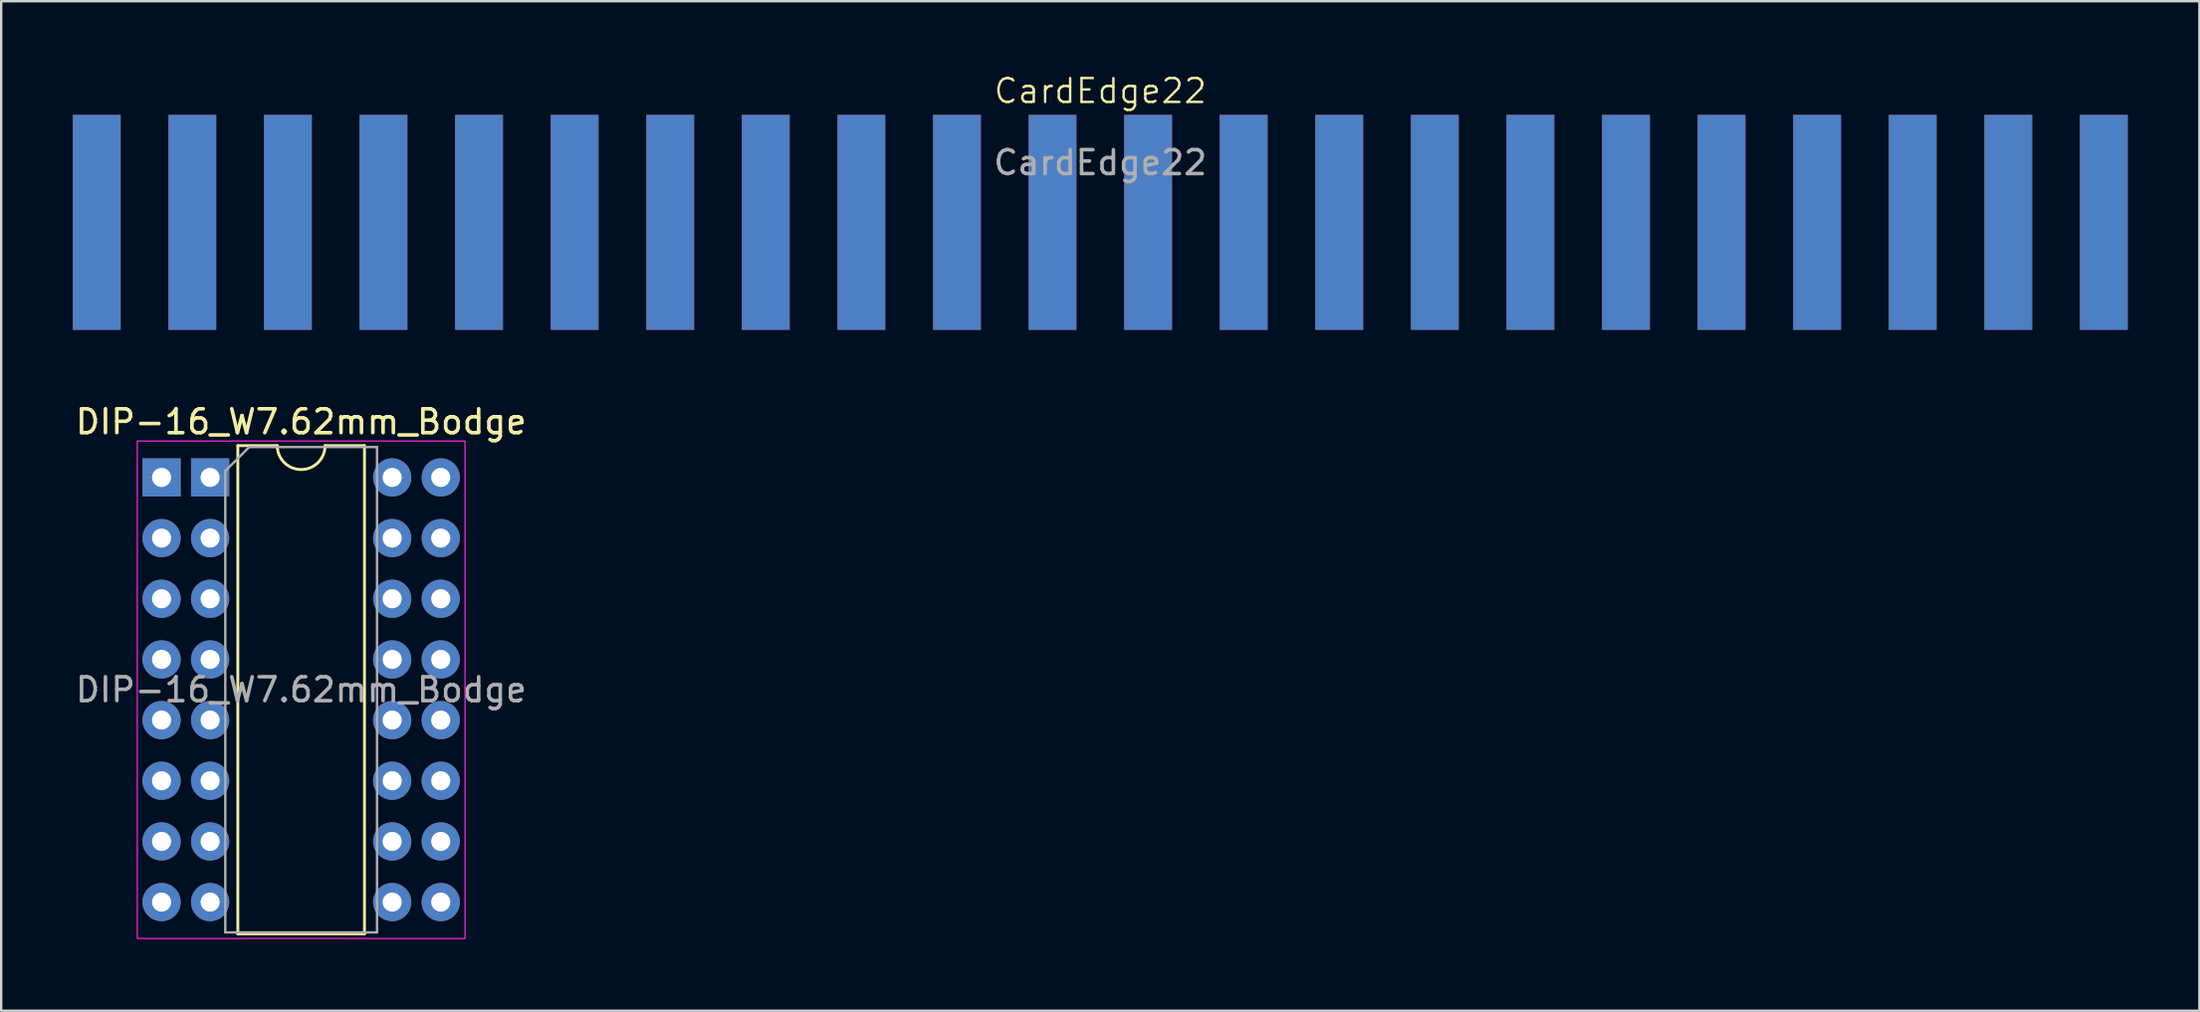
<source format=kicad_pcb>
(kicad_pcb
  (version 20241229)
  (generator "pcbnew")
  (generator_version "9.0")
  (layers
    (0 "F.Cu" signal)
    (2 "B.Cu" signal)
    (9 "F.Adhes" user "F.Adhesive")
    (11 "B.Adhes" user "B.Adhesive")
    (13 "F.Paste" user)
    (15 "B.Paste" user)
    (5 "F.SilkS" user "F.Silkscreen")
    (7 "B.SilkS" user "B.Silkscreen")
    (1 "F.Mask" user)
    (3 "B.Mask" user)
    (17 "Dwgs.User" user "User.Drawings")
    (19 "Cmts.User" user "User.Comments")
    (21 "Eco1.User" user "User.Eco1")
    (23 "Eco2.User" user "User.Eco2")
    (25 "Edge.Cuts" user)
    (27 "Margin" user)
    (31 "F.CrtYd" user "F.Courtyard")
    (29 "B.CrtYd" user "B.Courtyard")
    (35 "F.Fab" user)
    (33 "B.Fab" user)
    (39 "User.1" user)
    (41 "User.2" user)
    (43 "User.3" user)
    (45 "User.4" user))
  (footprint "DIP-16_W7.62mm_Bodge"
    (layer "F.Cu")
    (at 5.744 16.939)
    (property "Reference" "DIP-16_W7.62mm_Bodge" (at 3.81 -2.33 0) (layer "F.SilkS") (effects (font (size 1 1) (thickness 0.15))))
    (attr through_hole)
    (fp_line (start 1.16 -1.33) (end 1.16 19.11) (stroke (width 0.12) (type solid)) (layer "F.SilkS"))
    (fp_line (start 1.16 19.11) (end 6.46 19.11) (stroke (width 0.12) (type solid)) (layer "F.SilkS"))
    (fp_line (start 2.81 -1.33) (end 1.16 -1.33) (stroke (width 0.12) (type solid)) (layer "F.SilkS"))
    (fp_line (start 6.46 -1.33) (end 4.81 -1.33) (stroke (width 0.12) (type solid)) (layer "F.SilkS"))
    (fp_line (start 6.46 19.11) (end 6.46 -1.33) (stroke (width 0.12) (type solid)) (layer "F.SilkS"))
    (fp_arc (start 4.81 -1.33) (mid 3.81 -0.33) (end 2.81 -1.33) (stroke (width 0.12) (type solid)) (layer "F.SilkS"))
    (fp_rect (start -3.048 -1.524) (end 10.668 19.304) (stroke (width 0.05) (type default)) (fill no) (layer "F.CrtYd"))
    (fp_line (start 0.635 -0.27) (end 1.635 -1.27) (stroke (width 0.1) (type solid)) (layer "F.Fab"))
    (fp_line (start 0.635 19.05) (end 0.635 -0.27) (stroke (width 0.1) (type solid)) (layer "F.Fab"))
    (fp_line (start 1.635 -1.27) (end 6.985 -1.27) (stroke (width 0.1) (type solid)) (layer "F.Fab"))
    (fp_line (start 6.985 -1.27) (end 6.985 19.05) (stroke (width 0.1) (type solid)) (layer "F.Fab"))
    (fp_line (start 6.985 19.05) (end 0.635 19.05) (stroke (width 0.1) (type solid)) (layer "F.Fab"))
    (fp_text user "${REFERENCE}" (at 3.81 8.89 0) (layer "F.Fab") (effects (font (size 1 1) (thickness 0.15))))
    (pad "1" thru_hole rect (at -2.032 0) (size 1.6 1.6) (drill 0.8) (layers "*.Cu" "*.Mask"))
    (pad "1" thru_hole rect (at 0 0) (size 1.6 1.6) (drill 0.8) (layers "*.Cu" "*.Mask"))
    (pad "2" thru_hole oval (at -2.032 2.54) (size 1.6 1.6) (drill 0.8) (layers "*.Cu" "*.Mask"))
    (pad "2" thru_hole oval (at 0 2.54) (size 1.6 1.6) (drill 0.8) (layers "*.Cu" "*.Mask"))
    (pad "3" thru_hole oval (at -2.032 5.08) (size 1.6 1.6) (drill 0.8) (layers "*.Cu" "*.Mask"))
    (pad "3" thru_hole oval (at 0 5.08) (size 1.6 1.6) (drill 0.8) (layers "*.Cu" "*.Mask"))
    (pad "4" thru_hole oval (at -2.032 7.62) (size 1.6 1.6) (drill 0.8) (layers "*.Cu" "*.Mask"))
    (pad "4" thru_hole oval (at 0 7.62) (size 1.6 1.6) (drill 0.8) (layers "*.Cu" "*.Mask"))
    (pad "5" thru_hole oval (at -2.032 10.16) (size 1.6 1.6) (drill 0.8) (layers "*.Cu" "*.Mask"))
    (pad "5" thru_hole oval (at 0 10.16) (size 1.6 1.6) (drill 0.8) (layers "*.Cu" "*.Mask"))
    (pad "6" thru_hole oval (at -2.032 12.7) (size 1.6 1.6) (drill 0.8) (layers "*.Cu" "*.Mask"))
    (pad "6" thru_hole oval (at 0 12.7) (size 1.6 1.6) (drill 0.8) (layers "*.Cu" "*.Mask"))
    (pad "7" thru_hole oval (at -2.032 15.24) (size 1.6 1.6) (drill 0.8) (layers "*.Cu" "*.Mask"))
    (pad "7" thru_hole oval (at 0 15.24) (size 1.6 1.6) (drill 0.8) (layers "*.Cu" "*.Mask"))
    (pad "8" thru_hole oval (at -2.032 17.78) (size 1.6 1.6) (drill 0.8) (layers "*.Cu" "*.Mask"))
    (pad "8" thru_hole oval (at 0 17.78) (size 1.6 1.6) (drill 0.8) (layers "*.Cu" "*.Mask"))
    (pad "9" thru_hole oval (at 7.62 17.78) (size 1.6 1.6) (drill 0.8) (layers "*.Cu" "*.Mask"))
    (pad "9" thru_hole oval (at 9.652 17.78) (size 1.6 1.6) (drill 0.8) (layers "*.Cu" "*.Mask"))
    (pad "10" thru_hole oval (at 7.62 15.24) (size 1.6 1.6) (drill 0.8) (layers "*.Cu" "*.Mask"))
    (pad "10" thru_hole oval (at 9.652 15.24) (size 1.6 1.6) (drill 0.8) (layers "*.Cu" "*.Mask"))
    (pad "11" thru_hole oval (at 7.62 12.7) (size 1.6 1.6) (drill 0.8) (layers "*.Cu" "*.Mask"))
    (pad "11" thru_hole oval (at 9.652 12.7) (size 1.6 1.6) (drill 0.8) (layers "*.Cu" "*.Mask"))
    (pad "12" thru_hole oval (at 7.62 10.16) (size 1.6 1.6) (drill 0.8) (layers "*.Cu" "*.Mask"))
    (pad "12" thru_hole oval (at 9.652 10.16) (size 1.6 1.6) (drill 0.8) (layers "*.Cu" "*.Mask"))
    (pad "13" thru_hole oval (at 7.62 7.62) (size 1.6 1.6) (drill 0.8) (layers "*.Cu" "*.Mask"))
    (pad "13" thru_hole oval (at 9.652 7.62) (size 1.6 1.6) (drill 0.8) (layers "*.Cu" "*.Mask"))
    (pad "14" thru_hole oval (at 7.62 5.08) (size 1.6 1.6) (drill 0.8) (layers "*.Cu" "*.Mask"))
    (pad "14" thru_hole oval (at 9.652 5.08) (size 1.6 1.6) (drill 0.8) (layers "*.Cu" "*.Mask"))
    (pad "15" thru_hole oval (at 7.62 2.54) (size 1.6 1.6) (drill 0.8) (layers "*.Cu" "*.Mask"))
    (pad "15" thru_hole oval (at 9.652 2.54) (size 1.6 1.6) (drill 0.8) (layers "*.Cu" "*.Mask"))
    (pad "16" thru_hole oval (at 7.62 0) (size 1.6 1.6) (drill 0.8) (layers "*.Cu" "*.Mask"))
    (pad "16" thru_hole oval (at 9.652 0) (size 1.6 1.6) (drill 0.8) (layers "*.Cu" "*.Mask")))
  (footprint "CardEdge22"
    (layer "F.Cu")
    (at 43 1.26)
    (property "Reference" "CardEdge22" (at 0 -0.5 0) (unlocked yes) (layer "F.SilkS") (effects (font (size 1 1) (thickness 0.1))))
    (attr smd)
    (fp_text user "${REFERENCE}" (at 0 2.5 0) (unlocked yes) (layer "F.Fab") (effects (font (size 1 1) (thickness 0.15))))
    (pad "1" smd rect (at -42 5) (size 2 9) (layers "F.Cu" "F.Mask" "F.Paste"))
    (pad "2" smd rect (at -38 5) (size 2 9) (layers "F.Cu" "F.Mask" "F.Paste"))
    (pad "3" smd rect (at -34 5) (size 2 9) (layers "F.Cu" "F.Mask" "F.Paste"))
    (pad "4" smd rect (at -30 5) (size 2 9) (layers "F.Cu" "F.Mask" "F.Paste"))
    (pad "5" smd rect (at -26 5) (size 2 9) (layers "F.Cu" "F.Mask" "F.Paste"))
    (pad "6" smd rect (at -22 5) (size 2 9) (layers "F.Cu" "F.Mask" "F.Paste"))
    (pad "7" smd rect (at -18 5) (size 2 9) (layers "F.Cu" "F.Mask" "F.Paste"))
    (pad "8" smd rect (at -14 5) (size 2 9) (layers "F.Cu" "F.Mask" "F.Paste"))
    (pad "9" smd rect (at -10 5) (size 2 9) (layers "F.Cu" "F.Mask" "F.Paste"))
    (pad "10" smd rect (at -6 5) (size 2 9) (layers "F.Cu" "F.Mask" "F.Paste"))
    (pad "11" smd rect (at -2 5) (size 2 9) (layers "F.Cu" "F.Mask" "F.Paste"))
    (pad "12" smd rect (at 2 5) (size 2 9) (layers "F.Cu" "F.Mask" "F.Paste"))
    (pad "13" smd rect (at 6 5) (size 2 9) (layers "F.Cu" "F.Mask" "F.Paste"))
    (pad "14" smd rect (at 10 5) (size 2 9) (layers "F.Cu" "F.Mask" "F.Paste"))
    (pad "15" smd rect (at 14 5) (size 2 9) (layers "F.Cu" "F.Mask" "F.Paste"))
    (pad "16" smd rect (at 18 5) (size 2 9) (layers "F.Cu" "F.Mask" "F.Paste"))
    (pad "17" smd rect (at 22 5) (size 2 9) (layers "F.Cu" "F.Mask" "F.Paste"))
    (pad "18" smd rect (at 26 5) (size 2 9) (layers "F.Cu" "F.Mask" "F.Paste"))
    (pad "19" smd rect (at 30 5) (size 2 9) (layers "F.Cu" "F.Mask" "F.Paste"))
    (pad "20" smd rect (at 34 5) (size 2 9) (layers "F.Cu" "F.Mask" "F.Paste"))
    (pad "21" smd rect (at 38 5) (size 2 9) (layers "F.Cu" "F.Mask" "F.Paste"))
    (pad "22" smd rect (at 42 5) (size 2 9) (layers "F.Cu" "F.Mask" "F.Paste"))
    (pad "23" smd rect (at -42 5) (size 2 9) (layers "B.Cu" "B.Mask" "B.Paste"))
    (pad "24" smd rect (at -38 5) (size 2 9) (layers "B.Cu" "B.Mask" "B.Paste"))
    (pad "25" smd rect (at -34 5) (size 2 9) (layers "B.Cu" "B.Mask" "B.Paste"))
    (pad "26" smd rect (at -30 5) (size 2 9) (layers "B.Cu" "B.Mask" "B.Paste"))
    (pad "27" smd rect (at -26 5) (size 2 9) (layers "B.Cu" "B.Mask" "B.Paste"))
    (pad "28" smd rect (at -22 5) (size 2 9) (layers "B.Cu" "B.Mask" "B.Paste"))
    (pad "29" smd rect (at -18 5) (size 2 9) (layers "B.Cu" "B.Mask" "B.Paste"))
    (pad "30" smd rect (at -14 5) (size 2 9) (layers "B.Cu" "B.Mask" "B.Paste"))
    (pad "31" smd rect (at -10 5) (size 2 9) (layers "B.Cu" "B.Mask" "B.Paste"))
    (pad "32" smd rect (at -6 5) (size 2 9) (layers "B.Cu" "B.Mask" "B.Paste"))
    (pad "33" smd rect (at -2 5) (size 2 9) (layers "B.Cu" "B.Mask" "B.Paste"))
    (pad "34" smd rect (at 2 5) (size 2 9) (layers "B.Cu" "B.Mask" "B.Paste"))
    (pad "35" smd rect (at 6 5) (size 2 9) (layers "B.Cu" "B.Mask" "B.Paste"))
    (pad "36" smd rect (at 10 5) (size 2 9) (layers "B.Cu" "B.Mask" "B.Paste"))
    (pad "37" smd rect (at 14 5) (size 2 9) (layers "B.Cu" "B.Mask" "B.Paste"))
    (pad "38" smd rect (at 18 5) (size 2 9) (layers "B.Cu" "B.Mask" "B.Paste"))
    (pad "39" smd rect (at 22 5) (size 2 9) (layers "B.Cu" "B.Mask" "B.Paste"))
    (pad "40" smd rect (at 26 5) (size 2 9) (layers "B.Cu" "B.Mask" "B.Paste"))
    (pad "41" smd rect (at 30 5) (size 2 9) (layers "B.Cu" "B.Mask" "B.Paste"))
    (pad "42" smd rect (at 34 5) (size 2 9) (layers "B.Cu" "B.Mask" "B.Paste"))
    (pad "43" smd rect (at 38 5) (size 2 9) (layers "B.Cu" "B.Mask" "B.Paste"))
    (pad "44" smd rect (at 42 5) (size 2 9) (layers "B.Cu" "B.Mask" "B.Paste")))
  (gr_rect
    (start -3 -3)
    (end 89 39.268)
    (stroke (width 0.1) (type default))
    (fill no)
    (layer "Edge.Cuts")))
</source>
